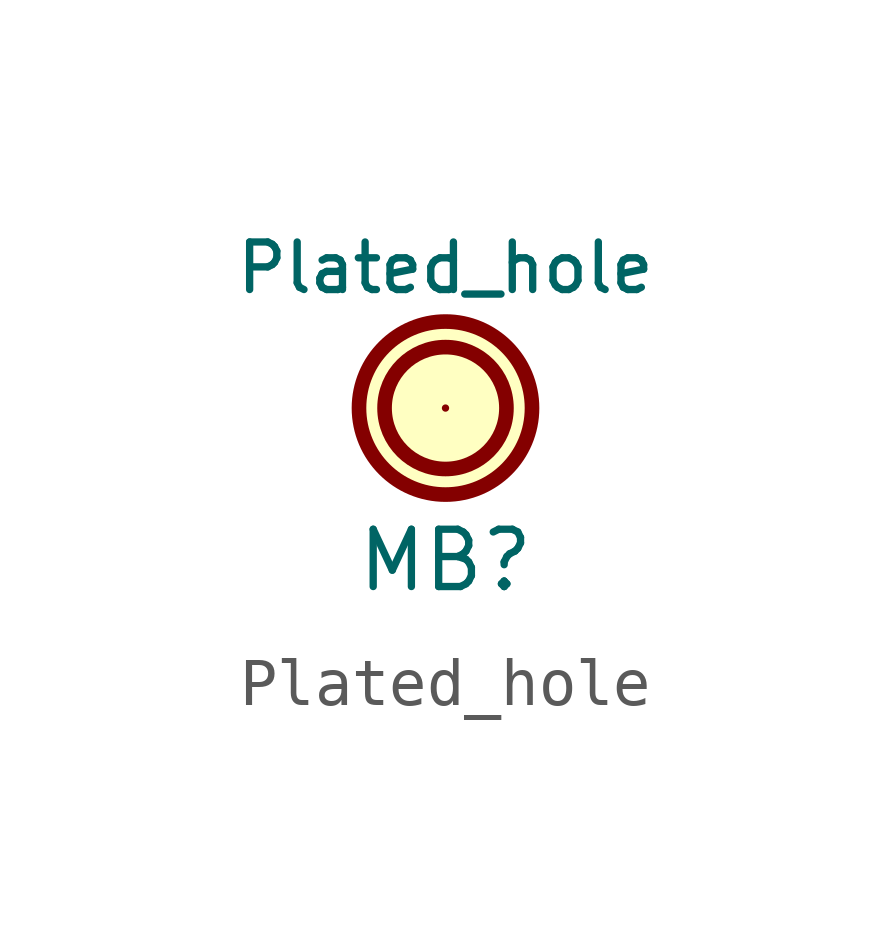
<source format=kicad_sym>
(kicad_symbol_lib
  (version 20220914)
  (generator kicad_symbol_editor)
  (symbol "Plated_hole"
    (pin_numbers hide)
    (pin_names
      (offset 1.016) hide)
    (property "Reference" "MB"
      (at 0 -3.175 0)
      (effects (font (size 1.194 1.194))))
    (property "Value" "Plated_hole"
      (at 0 2.921 0)
      (effects (font (size 0.991 0.991))))
    (property "Footprint" ""
      (at 0 0 0)
      (effects (font (size 1.524 1.524))))
    (property "Datasheet" ""
      (at 0 0 0)
      (effects (font (size 1.524 1.524))))
    (symbol "Plated_hole_0_0"
      (circle (center 0 0) (radius 1.27) (stroke (width 0.305) (type default)) (fill (type none)))
      (circle (center 0 0) (radius 1.803) (stroke (width 0.305) (type default)) (fill (type background)))
      (pin passive line (at 0 0 0) (length 0) (name "1" (effects (font (size 1.27 1.27)))) (number "1" (effects (font (size 1.27 1.27))))))))
</source>
